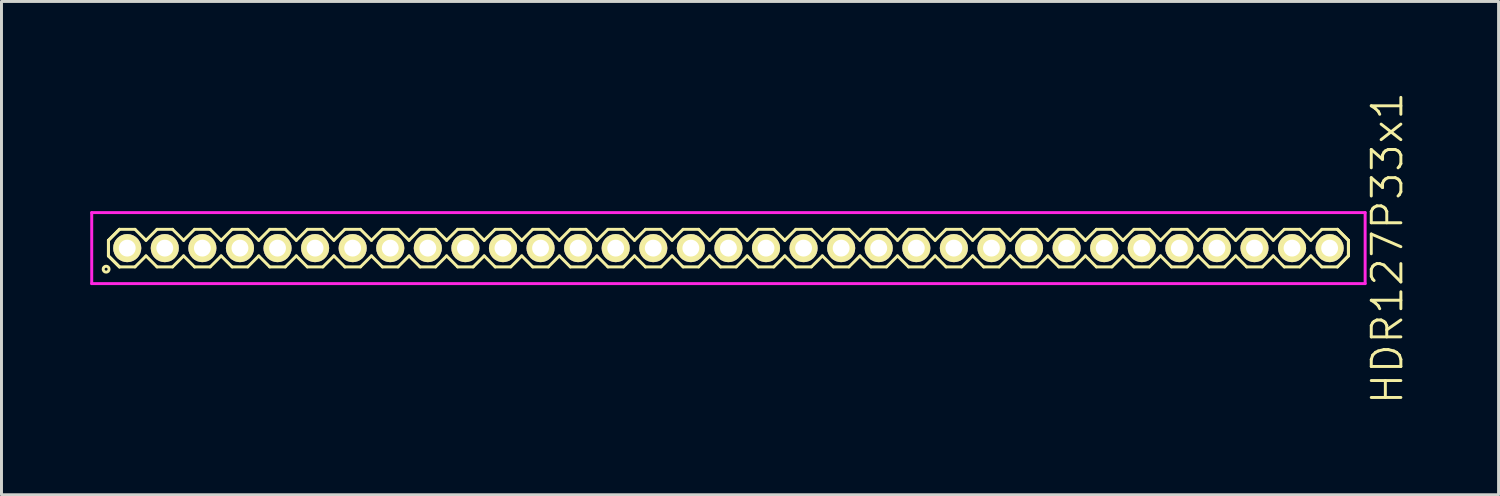
<source format=kicad_pcb>
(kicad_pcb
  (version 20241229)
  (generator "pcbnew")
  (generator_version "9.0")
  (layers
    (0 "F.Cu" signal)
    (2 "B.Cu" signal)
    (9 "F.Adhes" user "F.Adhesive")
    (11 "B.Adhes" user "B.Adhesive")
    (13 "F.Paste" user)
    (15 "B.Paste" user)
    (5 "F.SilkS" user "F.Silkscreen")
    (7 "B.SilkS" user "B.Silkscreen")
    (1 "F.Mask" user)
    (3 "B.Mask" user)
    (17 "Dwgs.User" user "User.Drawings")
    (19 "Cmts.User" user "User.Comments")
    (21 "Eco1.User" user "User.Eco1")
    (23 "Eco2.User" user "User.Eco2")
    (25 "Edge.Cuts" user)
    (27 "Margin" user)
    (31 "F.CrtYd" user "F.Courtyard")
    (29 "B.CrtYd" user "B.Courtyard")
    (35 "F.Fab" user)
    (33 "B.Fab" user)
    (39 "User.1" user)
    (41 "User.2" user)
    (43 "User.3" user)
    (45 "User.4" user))
  (footprint "HDR127P33x1"
    (layer "F.Cu")
    (at 21.57 5.336)
    (property "Reference" "HDR127P33x1" (at 22.27 0 90) (layer "F.SilkS") (effects (font (size 1 1) (thickness 0.1))))
    (attr through_hole)
    (fp_line (start -20.955 -0.263) (end -20.583 -0.635) (stroke (width 0.1) (type solid)) (layer "F.SilkS"))
    (fp_line (start -20.955 -0.263) (end -20.583 -0.635) (stroke (width 0.1) (type solid)) (layer "F.SilkS"))
    (fp_line (start -20.955 0.263) (end -20.955 -0.263) (stroke (width 0.1) (type solid)) (layer "F.SilkS"))
    (fp_line (start -20.955 0.263) (end -20.955 -0.263) (stroke (width 0.1) (type solid)) (layer "F.SilkS"))
    (fp_line (start -20.583 -0.635) (end -20.057 -0.635) (stroke (width 0.1) (type solid)) (layer "F.SilkS"))
    (fp_line (start -20.583 0.635) (end -20.955 0.263) (stroke (width 0.1) (type solid)) (layer "F.SilkS"))
    (fp_line (start -20.583 0.635) (end -20.955 0.263) (stroke (width 0.1) (type solid)) (layer "F.SilkS"))
    (fp_line (start -20.057 -0.635) (end -19.685 -0.263) (stroke (width 0.1) (type solid)) (layer "F.SilkS"))
    (fp_line (start -20.057 0.635) (end -20.583 0.635) (stroke (width 0.1) (type solid)) (layer "F.SilkS"))
    (fp_line (start -19.685 -0.263) (end -19.313 -0.635) (stroke (width 0.1) (type solid)) (layer "F.SilkS"))
    (fp_line (start -19.685 0.263) (end -20.057 0.635) (stroke (width 0.1) (type solid)) (layer "F.SilkS"))
    (fp_line (start -19.313 -0.635) (end -18.787 -0.635) (stroke (width 0.1) (type solid)) (layer "F.SilkS"))
    (fp_line (start -19.313 0.635) (end -19.685 0.263) (stroke (width 0.1) (type solid)) (layer "F.SilkS"))
    (fp_line (start -18.787 -0.635) (end -18.415 -0.263) (stroke (width 0.1) (type solid)) (layer "F.SilkS"))
    (fp_line (start -18.787 0.635) (end -19.313 0.635) (stroke (width 0.1) (type solid)) (layer "F.SilkS"))
    (fp_line (start -18.415 -0.263) (end -18.043 -0.635) (stroke (width 0.1) (type solid)) (layer "F.SilkS"))
    (fp_line (start -18.415 0.263) (end -18.787 0.635) (stroke (width 0.1) (type solid)) (layer "F.SilkS"))
    (fp_line (start -18.043 -0.635) (end -17.517 -0.635) (stroke (width 0.1) (type solid)) (layer "F.SilkS"))
    (fp_line (start -18.043 0.635) (end -18.415 0.263) (stroke (width 0.1) (type solid)) (layer "F.SilkS"))
    (fp_line (start -17.517 -0.635) (end -17.145 -0.263) (stroke (width 0.1) (type solid)) (layer "F.SilkS"))
    (fp_line (start -17.517 0.635) (end -18.043 0.635) (stroke (width 0.1) (type solid)) (layer "F.SilkS"))
    (fp_line (start -17.145 -0.263) (end -16.773 -0.635) (stroke (width 0.1) (type solid)) (layer "F.SilkS"))
    (fp_line (start -17.145 0.263) (end -17.517 0.635) (stroke (width 0.1) (type solid)) (layer "F.SilkS"))
    (fp_line (start -16.773 -0.635) (end -16.247 -0.635) (stroke (width 0.1) (type solid)) (layer "F.SilkS"))
    (fp_line (start -16.773 0.635) (end -17.145 0.263) (stroke (width 0.1) (type solid)) (layer "F.SilkS"))
    (fp_line (start -16.247 -0.635) (end -15.875 -0.263) (stroke (width 0.1) (type solid)) (layer "F.SilkS"))
    (fp_line (start -16.247 0.635) (end -16.773 0.635) (stroke (width 0.1) (type solid)) (layer "F.SilkS"))
    (fp_line (start -15.875 -0.263) (end -15.503 -0.635) (stroke (width 0.1) (type solid)) (layer "F.SilkS"))
    (fp_line (start -15.875 0.263) (end -16.247 0.635) (stroke (width 0.1) (type solid)) (layer "F.SilkS"))
    (fp_line (start -15.503 -0.635) (end -14.977 -0.635) (stroke (width 0.1) (type solid)) (layer "F.SilkS"))
    (fp_line (start -15.503 0.635) (end -15.875 0.263) (stroke (width 0.1) (type solid)) (layer "F.SilkS"))
    (fp_line (start -14.977 -0.635) (end -14.605 -0.263) (stroke (width 0.1) (type solid)) (layer "F.SilkS"))
    (fp_line (start -14.977 0.635) (end -15.503 0.635) (stroke (width 0.1) (type solid)) (layer "F.SilkS"))
    (fp_line (start -14.605 -0.263) (end -14.233 -0.635) (stroke (width 0.1) (type solid)) (layer "F.SilkS"))
    (fp_line (start -14.605 0.263) (end -14.977 0.635) (stroke (width 0.1) (type solid)) (layer "F.SilkS"))
    (fp_line (start -14.233 -0.635) (end -13.707 -0.635) (stroke (width 0.1) (type solid)) (layer "F.SilkS"))
    (fp_line (start -14.233 0.635) (end -14.605 0.263) (stroke (width 0.1) (type solid)) (layer "F.SilkS"))
    (fp_line (start -13.707 -0.635) (end -13.335 -0.263) (stroke (width 0.1) (type solid)) (layer "F.SilkS"))
    (fp_line (start -13.707 0.635) (end -14.233 0.635) (stroke (width 0.1) (type solid)) (layer "F.SilkS"))
    (fp_line (start -13.335 -0.263) (end -12.963 -0.635) (stroke (width 0.1) (type solid)) (layer "F.SilkS"))
    (fp_line (start -13.335 0.263) (end -13.707 0.635) (stroke (width 0.1) (type solid)) (layer "F.SilkS"))
    (fp_line (start -12.963 -0.635) (end -12.437 -0.635) (stroke (width 0.1) (type solid)) (layer "F.SilkS"))
    (fp_line (start -12.963 0.635) (end -13.335 0.263) (stroke (width 0.1) (type solid)) (layer "F.SilkS"))
    (fp_line (start -12.437 -0.635) (end -12.065 -0.263) (stroke (width 0.1) (type solid)) (layer "F.SilkS"))
    (fp_line (start -12.437 0.635) (end -12.963 0.635) (stroke (width 0.1) (type solid)) (layer "F.SilkS"))
    (fp_line (start -12.065 -0.263) (end -11.693 -0.635) (stroke (width 0.1) (type solid)) (layer "F.SilkS"))
    (fp_line (start -12.065 0.263) (end -12.437 0.635) (stroke (width 0.1) (type solid)) (layer "F.SilkS"))
    (fp_line (start -11.693 -0.635) (end -11.167 -0.635) (stroke (width 0.1) (type solid)) (layer "F.SilkS"))
    (fp_line (start -11.693 0.635) (end -12.065 0.263) (stroke (width 0.1) (type solid)) (layer "F.SilkS"))
    (fp_line (start -11.167 -0.635) (end -10.795 -0.263) (stroke (width 0.1) (type solid)) (layer "F.SilkS"))
    (fp_line (start -11.167 0.635) (end -11.693 0.635) (stroke (width 0.1) (type solid)) (layer "F.SilkS"))
    (fp_line (start -10.795 -0.263) (end -10.423 -0.635) (stroke (width 0.1) (type solid)) (layer "F.SilkS"))
    (fp_line (start -10.795 0.263) (end -11.167 0.635) (stroke (width 0.1) (type solid)) (layer "F.SilkS"))
    (fp_line (start -10.423 -0.635) (end -9.897 -0.635) (stroke (width 0.1) (type solid)) (layer "F.SilkS"))
    (fp_line (start -10.423 0.635) (end -10.795 0.263) (stroke (width 0.1) (type solid)) (layer "F.SilkS"))
    (fp_line (start -9.897 -0.635) (end -9.525 -0.263) (stroke (width 0.1) (type solid)) (layer "F.SilkS"))
    (fp_line (start -9.897 0.635) (end -10.423 0.635) (stroke (width 0.1) (type solid)) (layer "F.SilkS"))
    (fp_line (start -9.525 -0.263) (end -9.153 -0.635) (stroke (width 0.1) (type solid)) (layer "F.SilkS"))
    (fp_line (start -9.525 0.263) (end -9.897 0.635) (stroke (width 0.1) (type solid)) (layer "F.SilkS"))
    (fp_line (start -9.153 -0.635) (end -8.627 -0.635) (stroke (width 0.1) (type solid)) (layer "F.SilkS"))
    (fp_line (start -9.153 0.635) (end -9.525 0.263) (stroke (width 0.1) (type solid)) (layer "F.SilkS"))
    (fp_line (start -8.627 -0.635) (end -8.255 -0.263) (stroke (width 0.1) (type solid)) (layer "F.SilkS"))
    (fp_line (start -8.627 0.635) (end -9.153 0.635) (stroke (width 0.1) (type solid)) (layer "F.SilkS"))
    (fp_line (start -8.255 -0.263) (end -7.883 -0.635) (stroke (width 0.1) (type solid)) (layer "F.SilkS"))
    (fp_line (start -8.255 0.263) (end -8.627 0.635) (stroke (width 0.1) (type solid)) (layer "F.SilkS"))
    (fp_line (start -7.883 -0.635) (end -7.357 -0.635) (stroke (width 0.1) (type solid)) (layer "F.SilkS"))
    (fp_line (start -7.883 0.635) (end -8.255 0.263) (stroke (width 0.1) (type solid)) (layer "F.SilkS"))
    (fp_line (start -7.357 -0.635) (end -6.985 -0.263) (stroke (width 0.1) (type solid)) (layer "F.SilkS"))
    (fp_line (start -7.357 0.635) (end -7.883 0.635) (stroke (width 0.1) (type solid)) (layer "F.SilkS"))
    (fp_line (start -6.985 -0.263) (end -6.613 -0.635) (stroke (width 0.1) (type solid)) (layer "F.SilkS"))
    (fp_line (start -6.985 0.263) (end -7.357 0.635) (stroke (width 0.1) (type solid)) (layer "F.SilkS"))
    (fp_line (start -6.613 -0.635) (end -6.087 -0.635) (stroke (width 0.1) (type solid)) (layer "F.SilkS"))
    (fp_line (start -6.613 0.635) (end -6.985 0.263) (stroke (width 0.1) (type solid)) (layer "F.SilkS"))
    (fp_line (start -6.087 -0.635) (end -5.715 -0.263) (stroke (width 0.1) (type solid)) (layer "F.SilkS"))
    (fp_line (start -6.087 0.635) (end -6.613 0.635) (stroke (width 0.1) (type solid)) (layer "F.SilkS"))
    (fp_line (start -5.715 -0.263) (end -5.343 -0.635) (stroke (width 0.1) (type solid)) (layer "F.SilkS"))
    (fp_line (start -5.715 0.263) (end -6.087 0.635) (stroke (width 0.1) (type solid)) (layer "F.SilkS"))
    (fp_line (start -5.343 -0.635) (end -4.817 -0.635) (stroke (width 0.1) (type solid)) (layer "F.SilkS"))
    (fp_line (start -5.343 0.635) (end -5.715 0.263) (stroke (width 0.1) (type solid)) (layer "F.SilkS"))
    (fp_line (start -4.817 -0.635) (end -4.445 -0.263) (stroke (width 0.1) (type solid)) (layer "F.SilkS"))
    (fp_line (start -4.817 0.635) (end -5.343 0.635) (stroke (width 0.1) (type solid)) (layer "F.SilkS"))
    (fp_line (start -4.445 -0.263) (end -4.073 -0.635) (stroke (width 0.1) (type solid)) (layer "F.SilkS"))
    (fp_line (start -4.445 0.263) (end -4.817 0.635) (stroke (width 0.1) (type solid)) (layer "F.SilkS"))
    (fp_line (start -4.073 -0.635) (end -3.547 -0.635) (stroke (width 0.1) (type solid)) (layer "F.SilkS"))
    (fp_line (start -4.073 0.635) (end -4.445 0.263) (stroke (width 0.1) (type solid)) (layer "F.SilkS"))
    (fp_line (start -3.547 -0.635) (end -3.175 -0.263) (stroke (width 0.1) (type solid)) (layer "F.SilkS"))
    (fp_line (start -3.547 0.635) (end -4.073 0.635) (stroke (width 0.1) (type solid)) (layer "F.SilkS"))
    (fp_line (start -3.175 -0.263) (end -2.803 -0.635) (stroke (width 0.1) (type solid)) (layer "F.SilkS"))
    (fp_line (start -3.175 0.263) (end -3.547 0.635) (stroke (width 0.1) (type solid)) (layer "F.SilkS"))
    (fp_line (start -2.803 -0.635) (end -2.277 -0.635) (stroke (width 0.1) (type solid)) (layer "F.SilkS"))
    (fp_line (start -2.803 0.635) (end -3.175 0.263) (stroke (width 0.1) (type solid)) (layer "F.SilkS"))
    (fp_line (start -2.277 -0.635) (end -1.905 -0.263) (stroke (width 0.1) (type solid)) (layer "F.SilkS"))
    (fp_line (start -2.277 0.635) (end -2.803 0.635) (stroke (width 0.1) (type solid)) (layer "F.SilkS"))
    (fp_line (start -1.905 -0.263) (end -1.533 -0.635) (stroke (width 0.1) (type solid)) (layer "F.SilkS"))
    (fp_line (start -1.905 0.263) (end -2.277 0.635) (stroke (width 0.1) (type solid)) (layer "F.SilkS"))
    (fp_line (start -1.533 -0.635) (end -1.007 -0.635) (stroke (width 0.1) (type solid)) (layer "F.SilkS"))
    (fp_line (start -1.533 0.635) (end -1.905 0.263) (stroke (width 0.1) (type solid)) (layer "F.SilkS"))
    (fp_line (start -1.007 -0.635) (end -0.635 -0.263) (stroke (width 0.1) (type solid)) (layer "F.SilkS"))
    (fp_line (start -1.007 0.635) (end -1.533 0.635) (stroke (width 0.1) (type solid)) (layer "F.SilkS"))
    (fp_line (start -0.635 -0.263) (end -0.263 -0.635) (stroke (width 0.1) (type solid)) (layer "F.SilkS"))
    (fp_line (start -0.635 0.263) (end -1.007 0.635) (stroke (width 0.1) (type solid)) (layer "F.SilkS"))
    (fp_line (start -0.263 -0.635) (end 0.263 -0.635) (stroke (width 0.1) (type solid)) (layer "F.SilkS"))
    (fp_line (start -0.263 0.635) (end -0.635 0.263) (stroke (width 0.1) (type solid)) (layer "F.SilkS"))
    (fp_line (start 0.263 -0.635) (end 0.635 -0.263) (stroke (width 0.1) (type solid)) (layer "F.SilkS"))
    (fp_line (start 0.263 0.635) (end -0.263 0.635) (stroke (width 0.1) (type solid)) (layer "F.SilkS"))
    (fp_line (start 0.635 -0.263) (end 1.007 -0.635) (stroke (width 0.1) (type solid)) (layer "F.SilkS"))
    (fp_line (start 0.635 0.263) (end 0.263 0.635) (stroke (width 0.1) (type solid)) (layer "F.SilkS"))
    (fp_line (start 1.007 -0.635) (end 1.533 -0.635) (stroke (width 0.1) (type solid)) (layer "F.SilkS"))
    (fp_line (start 1.007 0.635) (end 0.635 0.263) (stroke (width 0.1) (type solid)) (layer "F.SilkS"))
    (fp_line (start 1.533 -0.635) (end 1.905 -0.263) (stroke (width 0.1) (type solid)) (layer "F.SilkS"))
    (fp_line (start 1.533 0.635) (end 1.007 0.635) (stroke (width 0.1) (type solid)) (layer "F.SilkS"))
    (fp_line (start 1.905 -0.263) (end 2.277 -0.635) (stroke (width 0.1) (type solid)) (layer "F.SilkS"))
    (fp_line (start 1.905 0.263) (end 1.533 0.635) (stroke (width 0.1) (type solid)) (layer "F.SilkS"))
    (fp_line (start 2.277 -0.635) (end 2.803 -0.635) (stroke (width 0.1) (type solid)) (layer "F.SilkS"))
    (fp_line (start 2.277 0.635) (end 1.905 0.263) (stroke (width 0.1) (type solid)) (layer "F.SilkS"))
    (fp_line (start 2.803 -0.635) (end 3.175 -0.263) (stroke (width 0.1) (type solid)) (layer "F.SilkS"))
    (fp_line (start 2.803 0.635) (end 2.277 0.635) (stroke (width 0.1) (type solid)) (layer "F.SilkS"))
    (fp_line (start 3.175 -0.263) (end 3.547 -0.635) (stroke (width 0.1) (type solid)) (layer "F.SilkS"))
    (fp_line (start 3.175 0.263) (end 2.803 0.635) (stroke (width 0.1) (type solid)) (layer "F.SilkS"))
    (fp_line (start 3.547 -0.635) (end 4.073 -0.635) (stroke (width 0.1) (type solid)) (layer "F.SilkS"))
    (fp_line (start 3.547 0.635) (end 3.175 0.263) (stroke (width 0.1) (type solid)) (layer "F.SilkS"))
    (fp_line (start 4.073 -0.635) (end 4.445 -0.263) (stroke (width 0.1) (type solid)) (layer "F.SilkS"))
    (fp_line (start 4.073 0.635) (end 3.547 0.635) (stroke (width 0.1) (type solid)) (layer "F.SilkS"))
    (fp_line (start 4.445 -0.263) (end 4.817 -0.635) (stroke (width 0.1) (type solid)) (layer "F.SilkS"))
    (fp_line (start 4.445 0.263) (end 4.073 0.635) (stroke (width 0.1) (type solid)) (layer "F.SilkS"))
    (fp_line (start 4.817 -0.635) (end 5.343 -0.635) (stroke (width 0.1) (type solid)) (layer "F.SilkS"))
    (fp_line (start 4.817 0.635) (end 4.445 0.263) (stroke (width 0.1) (type solid)) (layer "F.SilkS"))
    (fp_line (start 5.343 -0.635) (end 5.715 -0.263) (stroke (width 0.1) (type solid)) (layer "F.SilkS"))
    (fp_line (start 5.343 0.635) (end 4.817 0.635) (stroke (width 0.1) (type solid)) (layer "F.SilkS"))
    (fp_line (start 5.715 -0.263) (end 6.087 -0.635) (stroke (width 0.1) (type solid)) (layer "F.SilkS"))
    (fp_line (start 5.715 0.263) (end 5.343 0.635) (stroke (width 0.1) (type solid)) (layer "F.SilkS"))
    (fp_line (start 6.087 -0.635) (end 6.613 -0.635) (stroke (width 0.1) (type solid)) (layer "F.SilkS"))
    (fp_line (start 6.087 0.635) (end 5.715 0.263) (stroke (width 0.1) (type solid)) (layer "F.SilkS"))
    (fp_line (start 6.613 -0.635) (end 6.985 -0.263) (stroke (width 0.1) (type solid)) (layer "F.SilkS"))
    (fp_line (start 6.613 0.635) (end 6.087 0.635) (stroke (width 0.1) (type solid)) (layer "F.SilkS"))
    (fp_line (start 6.985 -0.263) (end 7.357 -0.635) (stroke (width 0.1) (type solid)) (layer "F.SilkS"))
    (fp_line (start 6.985 0.263) (end 6.613 0.635) (stroke (width 0.1) (type solid)) (layer "F.SilkS"))
    (fp_line (start 7.357 -0.635) (end 7.883 -0.635) (stroke (width 0.1) (type solid)) (layer "F.SilkS"))
    (fp_line (start 7.357 0.635) (end 6.985 0.263) (stroke (width 0.1) (type solid)) (layer "F.SilkS"))
    (fp_line (start 7.883 -0.635) (end 8.255 -0.263) (stroke (width 0.1) (type solid)) (layer "F.SilkS"))
    (fp_line (start 7.883 0.635) (end 7.357 0.635) (stroke (width 0.1) (type solid)) (layer "F.SilkS"))
    (fp_line (start 8.255 -0.263) (end 8.627 -0.635) (stroke (width 0.1) (type solid)) (layer "F.SilkS"))
    (fp_line (start 8.255 0.263) (end 7.883 0.635) (stroke (width 0.1) (type solid)) (layer "F.SilkS"))
    (fp_line (start 8.627 -0.635) (end 9.153 -0.635) (stroke (width 0.1) (type solid)) (layer "F.SilkS"))
    (fp_line (start 8.627 0.635) (end 8.255 0.263) (stroke (width 0.1) (type solid)) (layer "F.SilkS"))
    (fp_line (start 9.153 -0.635) (end 9.525 -0.263) (stroke (width 0.1) (type solid)) (layer "F.SilkS"))
    (fp_line (start 9.153 0.635) (end 8.627 0.635) (stroke (width 0.1) (type solid)) (layer "F.SilkS"))
    (fp_line (start 9.525 -0.263) (end 9.897 -0.635) (stroke (width 0.1) (type solid)) (layer "F.SilkS"))
    (fp_line (start 9.525 0.263) (end 9.153 0.635) (stroke (width 0.1) (type solid)) (layer "F.SilkS"))
    (fp_line (start 9.897 -0.635) (end 10.423 -0.635) (stroke (width 0.1) (type solid)) (layer "F.SilkS"))
    (fp_line (start 9.897 0.635) (end 9.525 0.263) (stroke (width 0.1) (type solid)) (layer "F.SilkS"))
    (fp_line (start 10.423 -0.635) (end 10.795 -0.263) (stroke (width 0.1) (type solid)) (layer "F.SilkS"))
    (fp_line (start 10.423 0.635) (end 9.897 0.635) (stroke (width 0.1) (type solid)) (layer "F.SilkS"))
    (fp_line (start 10.795 -0.263) (end 11.167 -0.635) (stroke (width 0.1) (type solid)) (layer "F.SilkS"))
    (fp_line (start 10.795 0.263) (end 10.423 0.635) (stroke (width 0.1) (type solid)) (layer "F.SilkS"))
    (fp_line (start 11.167 -0.635) (end 11.693 -0.635) (stroke (width 0.1) (type solid)) (layer "F.SilkS"))
    (fp_line (start 11.167 0.635) (end 10.795 0.263) (stroke (width 0.1) (type solid)) (layer "F.SilkS"))
    (fp_line (start 11.693 -0.635) (end 12.065 -0.263) (stroke (width 0.1) (type solid)) (layer "F.SilkS"))
    (fp_line (start 11.693 0.635) (end 11.167 0.635) (stroke (width 0.1) (type solid)) (layer "F.SilkS"))
    (fp_line (start 12.065 -0.263) (end 12.437 -0.635) (stroke (width 0.1) (type solid)) (layer "F.SilkS"))
    (fp_line (start 12.065 0.263) (end 11.693 0.635) (stroke (width 0.1) (type solid)) (layer "F.SilkS"))
    (fp_line (start 12.437 -0.635) (end 12.963 -0.635) (stroke (width 0.1) (type solid)) (layer "F.SilkS"))
    (fp_line (start 12.437 0.635) (end 12.065 0.263) (stroke (width 0.1) (type solid)) (layer "F.SilkS"))
    (fp_line (start 12.963 -0.635) (end 13.335 -0.263) (stroke (width 0.1) (type solid)) (layer "F.SilkS"))
    (fp_line (start 12.963 0.635) (end 12.437 0.635) (stroke (width 0.1) (type solid)) (layer "F.SilkS"))
    (fp_line (start 13.335 -0.263) (end 13.707 -0.635) (stroke (width 0.1) (type solid)) (layer "F.SilkS"))
    (fp_line (start 13.335 0.263) (end 12.963 0.635) (stroke (width 0.1) (type solid)) (layer "F.SilkS"))
    (fp_line (start 13.707 -0.635) (end 14.233 -0.635) (stroke (width 0.1) (type solid)) (layer "F.SilkS"))
    (fp_line (start 13.707 0.635) (end 13.335 0.263) (stroke (width 0.1) (type solid)) (layer "F.SilkS"))
    (fp_line (start 14.233 -0.635) (end 14.605 -0.263) (stroke (width 0.1) (type solid)) (layer "F.SilkS"))
    (fp_line (start 14.233 0.635) (end 13.707 0.635) (stroke (width 0.1) (type solid)) (layer "F.SilkS"))
    (fp_line (start 14.605 -0.263) (end 14.977 -0.635) (stroke (width 0.1) (type solid)) (layer "F.SilkS"))
    (fp_line (start 14.605 0.263) (end 14.233 0.635) (stroke (width 0.1) (type solid)) (layer "F.SilkS"))
    (fp_line (start 14.977 -0.635) (end 15.503 -0.635) (stroke (width 0.1) (type solid)) (layer "F.SilkS"))
    (fp_line (start 14.977 0.635) (end 14.605 0.263) (stroke (width 0.1) (type solid)) (layer "F.SilkS"))
    (fp_line (start 15.503 -0.635) (end 15.875 -0.263) (stroke (width 0.1) (type solid)) (layer "F.SilkS"))
    (fp_line (start 15.503 0.635) (end 14.977 0.635) (stroke (width 0.1) (type solid)) (layer "F.SilkS"))
    (fp_line (start 15.875 -0.263) (end 16.247 -0.635) (stroke (width 0.1) (type solid)) (layer "F.SilkS"))
    (fp_line (start 15.875 0.263) (end 15.503 0.635) (stroke (width 0.1) (type solid)) (layer "F.SilkS"))
    (fp_line (start 16.247 -0.635) (end 16.773 -0.635) (stroke (width 0.1) (type solid)) (layer "F.SilkS"))
    (fp_line (start 16.247 0.635) (end 15.875 0.263) (stroke (width 0.1) (type solid)) (layer "F.SilkS"))
    (fp_line (start 16.773 -0.635) (end 17.145 -0.263) (stroke (width 0.1) (type solid)) (layer "F.SilkS"))
    (fp_line (start 16.773 0.635) (end 16.247 0.635) (stroke (width 0.1) (type solid)) (layer "F.SilkS"))
    (fp_line (start 17.145 -0.263) (end 17.517 -0.635) (stroke (width 0.1) (type solid)) (layer "F.SilkS"))
    (fp_line (start 17.145 0.263) (end 16.773 0.635) (stroke (width 0.1) (type solid)) (layer "F.SilkS"))
    (fp_line (start 17.517 -0.635) (end 18.043 -0.635) (stroke (width 0.1) (type solid)) (layer "F.SilkS"))
    (fp_line (start 17.517 0.635) (end 17.145 0.263) (stroke (width 0.1) (type solid)) (layer "F.SilkS"))
    (fp_line (start 18.043 -0.635) (end 18.415 -0.263) (stroke (width 0.1) (type solid)) (layer "F.SilkS"))
    (fp_line (start 18.043 0.635) (end 17.517 0.635) (stroke (width 0.1) (type solid)) (layer "F.SilkS"))
    (fp_line (start 18.415 -0.263) (end 18.787 -0.635) (stroke (width 0.1) (type solid)) (layer "F.SilkS"))
    (fp_line (start 18.415 0.263) (end 18.043 0.635) (stroke (width 0.1) (type solid)) (layer "F.SilkS"))
    (fp_line (start 18.787 -0.635) (end 19.313 -0.635) (stroke (width 0.1) (type solid)) (layer "F.SilkS"))
    (fp_line (start 18.787 0.635) (end 18.415 0.263) (stroke (width 0.1) (type solid)) (layer "F.SilkS"))
    (fp_line (start 19.313 -0.635) (end 19.685 -0.263) (stroke (width 0.1) (type solid)) (layer "F.SilkS"))
    (fp_line (start 19.313 0.635) (end 18.787 0.635) (stroke (width 0.1) (type solid)) (layer "F.SilkS"))
    (fp_line (start 19.685 -0.263) (end 20.057 -0.635) (stroke (width 0.1) (type solid)) (layer "F.SilkS"))
    (fp_line (start 19.685 0.263) (end 19.313 0.635) (stroke (width 0.1) (type solid)) (layer "F.SilkS"))
    (fp_line (start 20.057 -0.635) (end 20.583 -0.635) (stroke (width 0.1) (type solid)) (layer "F.SilkS"))
    (fp_line (start 20.057 0.635) (end 19.685 0.263) (stroke (width 0.1) (type solid)) (layer "F.SilkS"))
    (fp_line (start 20.583 -0.635) (end 20.955 -0.263) (stroke (width 0.1) (type solid)) (layer "F.SilkS"))
    (fp_line (start 20.583 -0.635) (end 20.955 -0.263) (stroke (width 0.1) (type solid)) (layer "F.SilkS"))
    (fp_line (start 20.583 0.635) (end 20.057 0.635) (stroke (width 0.1) (type solid)) (layer "F.SilkS"))
    (fp_line (start 20.955 -0.263) (end 20.955 0.263) (stroke (width 0.1) (type solid)) (layer "F.SilkS"))
    (fp_line (start 20.955 -0.263) (end 20.955 0.263) (stroke (width 0.1) (type solid)) (layer "F.SilkS"))
    (fp_line (start 20.955 0.263) (end 20.583 0.635) (stroke (width 0.1) (type solid)) (layer "F.SilkS"))
    (fp_line (start 20.955 0.263) (end 20.583 0.635) (stroke (width 0.1) (type solid)) (layer "F.SilkS"))
    (fp_circle (center -21.033 0.712) (end -20.933 0.712) (stroke (width 0.1) (type solid)) (fill no) (layer "F.SilkS"))
    (fp_line (start -21.52 -1.2) (end -21.52 1.2) (stroke (width 0.1) (type solid)) (layer "F.CrtYd"))
    (fp_line (start -21.52 1.2) (end 21.52 1.2) (stroke (width 0.1) (type solid)) (layer "F.CrtYd"))
    (fp_line (start 21.52 -1.2) (end -21.52 -1.2) (stroke (width 0.1) (type solid)) (layer "F.CrtYd"))
    (fp_line (start 21.52 1.2) (end 21.52 -1.2) (stroke (width 0.1) (type solid)) (layer "F.CrtYd"))
    (pad "1" thru_hole oval (at -20.32 0) (size 0.95 0.95) (drill 0.57) (layers "*.Cu" "*.Mask" "F.SilkS"))
    (pad "2" thru_hole oval (at -19.05 0) (size 0.95 0.95) (drill 0.57) (layers "*.Cu" "*.Mask" "F.SilkS"))
    (pad "3" thru_hole oval (at -17.78 0) (size 0.95 0.95) (drill 0.57) (layers "*.Cu" "*.Mask" "F.SilkS"))
    (pad "4" thru_hole oval (at -16.51 0) (size 0.95 0.95) (drill 0.57) (layers "*.Cu" "*.Mask" "F.SilkS"))
    (pad "5" thru_hole oval (at -15.24 0) (size 0.95 0.95) (drill 0.57) (layers "*.Cu" "*.Mask" "F.SilkS"))
    (pad "6" thru_hole oval (at -13.97 0) (size 0.95 0.95) (drill 0.57) (layers "*.Cu" "*.Mask" "F.SilkS"))
    (pad "7" thru_hole oval (at -12.7 0) (size 0.95 0.95) (drill 0.57) (layers "*.Cu" "*.Mask" "F.SilkS"))
    (pad "8" thru_hole oval (at -11.43 0) (size 0.95 0.95) (drill 0.57) (layers "*.Cu" "*.Mask" "F.SilkS"))
    (pad "9" thru_hole oval (at -10.16 0) (size 0.95 0.95) (drill 0.57) (layers "*.Cu" "*.Mask" "F.SilkS"))
    (pad "10" thru_hole oval (at -8.89 0) (size 0.95 0.95) (drill 0.57) (layers "*.Cu" "*.Mask" "F.SilkS"))
    (pad "11" thru_hole oval (at -7.62 0) (size 0.95 0.95) (drill 0.57) (layers "*.Cu" "*.Mask" "F.SilkS"))
    (pad "12" thru_hole oval (at -6.35 0) (size 0.95 0.95) (drill 0.57) (layers "*.Cu" "*.Mask" "F.SilkS"))
    (pad "13" thru_hole oval (at -5.08 0) (size 0.95 0.95) (drill 0.57) (layers "*.Cu" "*.Mask" "F.SilkS"))
    (pad "14" thru_hole oval (at -3.81 0) (size 0.95 0.95) (drill 0.57) (layers "*.Cu" "*.Mask" "F.SilkS"))
    (pad "15" thru_hole oval (at -2.54 0) (size 0.95 0.95) (drill 0.57) (layers "*.Cu" "*.Mask" "F.SilkS"))
    (pad "16" thru_hole oval (at -1.27 0) (size 0.95 0.95) (drill 0.57) (layers "*.Cu" "*.Mask" "F.SilkS"))
    (pad "17" thru_hole oval (at 0 0) (size 0.95 0.95) (drill 0.57) (layers "*.Cu" "*.Mask" "F.SilkS"))
    (pad "18" thru_hole oval (at 1.27 0) (size 0.95 0.95) (drill 0.57) (layers "*.Cu" "*.Mask" "F.SilkS"))
    (pad "19" thru_hole oval (at 2.54 0) (size 0.95 0.95) (drill 0.57) (layers "*.Cu" "*.Mask" "F.SilkS"))
    (pad "20" thru_hole oval (at 3.81 0) (size 0.95 0.95) (drill 0.57) (layers "*.Cu" "*.Mask" "F.SilkS"))
    (pad "21" thru_hole oval (at 5.08 0) (size 0.95 0.95) (drill 0.57) (layers "*.Cu" "*.Mask" "F.SilkS"))
    (pad "22" thru_hole oval (at 6.35 0) (size 0.95 0.95) (drill 0.57) (layers "*.Cu" "*.Mask" "F.SilkS"))
    (pad "23" thru_hole oval (at 7.62 0) (size 0.95 0.95) (drill 0.57) (layers "*.Cu" "*.Mask" "F.SilkS"))
    (pad "24" thru_hole oval (at 8.89 0) (size 0.95 0.95) (drill 0.57) (layers "*.Cu" "*.Mask" "F.SilkS"))
    (pad "25" thru_hole oval (at 10.16 0) (size 0.95 0.95) (drill 0.57) (layers "*.Cu" "*.Mask" "F.SilkS"))
    (pad "26" thru_hole oval (at 11.43 0) (size 0.95 0.95) (drill 0.57) (layers "*.Cu" "*.Mask" "F.SilkS"))
    (pad "27" thru_hole oval (at 12.7 0) (size 0.95 0.95) (drill 0.57) (layers "*.Cu" "*.Mask" "F.SilkS"))
    (pad "28" thru_hole oval (at 13.97 0) (size 0.95 0.95) (drill 0.57) (layers "*.Cu" "*.Mask" "F.SilkS"))
    (pad "29" thru_hole oval (at 15.24 0) (size 0.95 0.95) (drill 0.57) (layers "*.Cu" "*.Mask" "F.SilkS"))
    (pad "30" thru_hole oval (at 16.51 0) (size 0.95 0.95) (drill 0.57) (layers "*.Cu" "*.Mask" "F.SilkS"))
    (pad "31" thru_hole oval (at 17.78 0) (size 0.95 0.95) (drill 0.57) (layers "*.Cu" "*.Mask" "F.SilkS"))
    (pad "32" thru_hole oval (at 19.05 0) (size 0.95 0.95) (drill 0.57) (layers "*.Cu" "*.Mask" "F.SilkS"))
    (pad "33" thru_hole oval (at 20.32 0) (size 0.95 0.95) (drill 0.57) (layers "*.Cu" "*.Mask" "F.SilkS")))
  (gr_rect
    (start -3 -3)
    (end 47.6 13.671)
    (stroke (width 0.1) (type default))
    (fill no)
    (layer "Edge.Cuts")))
</source>
